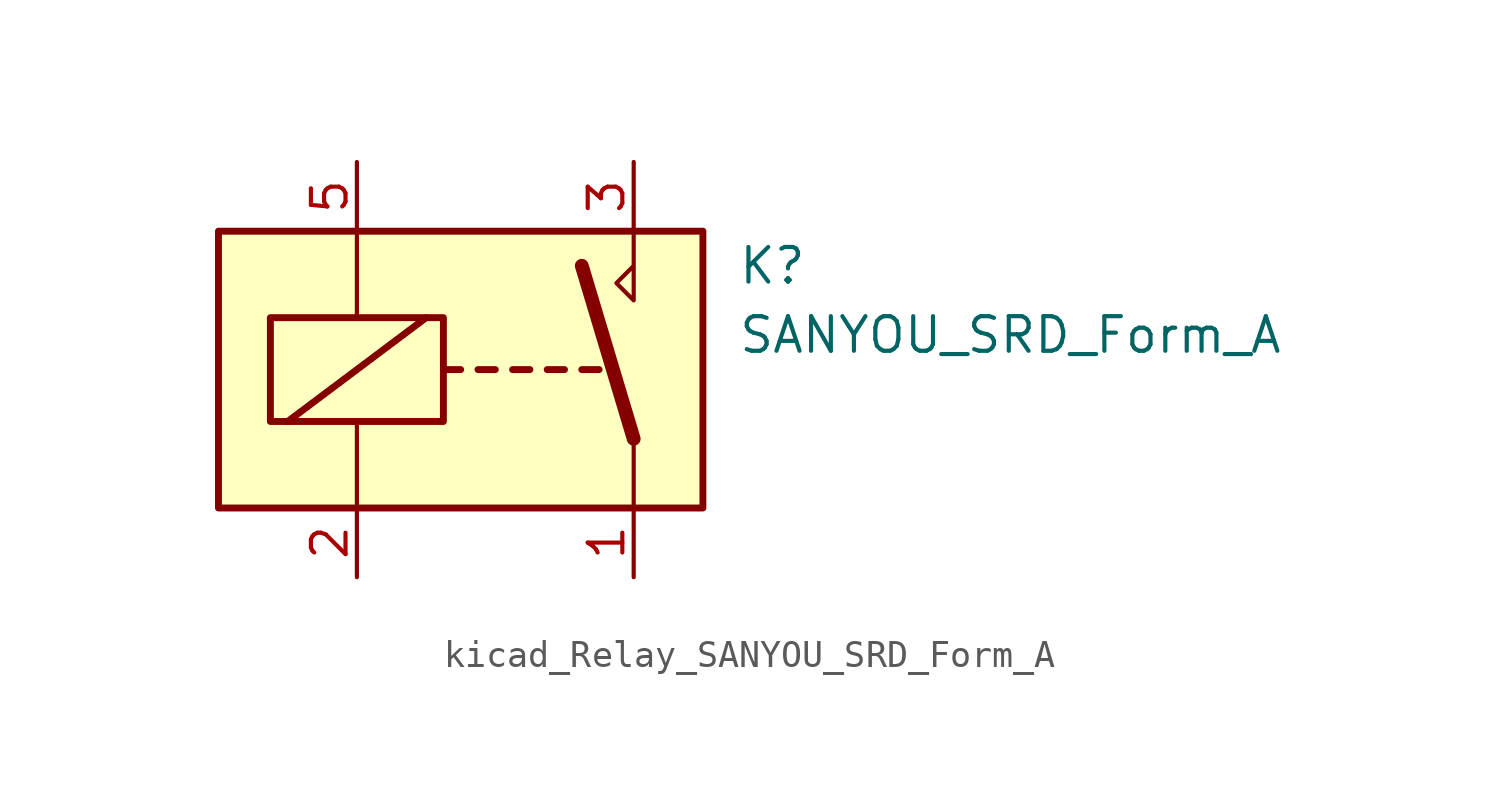
<source format=kicad_sym>
(kicad_symbol_lib
  (version 20220914)
  (generator kicad_symbol_editor)
  (symbol "kicad_Relay_SANYOU_SRD_Form_A"
    (property "Reference" "K"
      (at 8.89 3.81 0)
      (effects (font (size 1.27 1.27)) (justify left)))
    (property "Value" "SANYOU_SRD_Form_A"
      (at 8.89 1.27 0)
      (effects (font (size 1.27 1.27)) (justify left)))
    (symbol "kicad_Relay_SANYOU_SRD_Form_A_0_0"
      (polyline (pts (xy 5.08 5.08) (xy 5.08 2.54) (xy 4.445 3.175) (xy 5.08 3.81)) (stroke (width 0) (type default)) (fill (type none))))
    (symbol "kicad_Relay_SANYOU_SRD_Form_A_0_1"
      (rectangle (start -10.16 5.08) (end 7.62 -5.08) (stroke (width 0.254) (type default)) (fill (type background)))
      (rectangle (start -8.255 1.905) (end -1.905 -1.905) (stroke (width 0.254) (type default)) (fill (type none)))
      (polyline (pts (xy -7.62 -1.905) (xy -2.54 1.905)) (stroke (width 0.254) (type default)) (fill (type none)))
      (polyline (pts (xy -5.08 -5.08) (xy -5.08 -1.905)) (stroke (width 0) (type default)) (fill (type none)))
      (polyline (pts (xy -5.08 5.08) (xy -5.08 1.905)) (stroke (width 0) (type default)) (fill (type none)))
      (polyline (pts (xy -1.905 0) (xy -1.27 0)) (stroke (width 0.254) (type default)) (fill (type none)))
      (polyline (pts (xy -0.635 0) (xy 0 0)) (stroke (width 0.254) (type default)) (fill (type none)))
      (polyline (pts (xy 0.635 0) (xy 1.27 0)) (stroke (width 0.254) (type default)) (fill (type none)))
      (polyline (pts (xy 1.905 0) (xy 2.54 0)) (stroke (width 0.254) (type default)) (fill (type none)))
      (polyline (pts (xy 3.175 0) (xy 3.81 0)) (stroke (width 0.254) (type default)) (fill (type none)))
      (polyline (pts (xy 5.08 -2.54) (xy 3.175 3.81)) (stroke (width 0.508) (type default)) (fill (type none)))
      (polyline (pts (xy 5.08 -2.54) (xy 5.08 -5.08)) (stroke (width 0) (type default)) (fill (type none))))
    (symbol "kicad_Relay_SANYOU_SRD_Form_A_1_1"
      (pin passive line (at 5.08 -7.62 90) (length 2.54) (name "~" (effects (font (size 1.27 1.27)))) (number "1" (effects (font (size 1.27 1.27)))))
      (pin passive line (at -5.08 -7.62 90) (length 2.54) (name "~" (effects (font (size 1.27 1.27)))) (number "2" (effects (font (size 1.27 1.27)))))
      (pin passive line (at 5.08 7.62 270) (length 2.54) (name "~" (effects (font (size 1.27 1.27)))) (number "3" (effects (font (size 1.27 1.27)))))
      (pin passive line (at -5.08 7.62 270) (length 2.54) (name "~" (effects (font (size 1.27 1.27)))) (number "5" (effects (font (size 1.27 1.27))))))))
</source>
